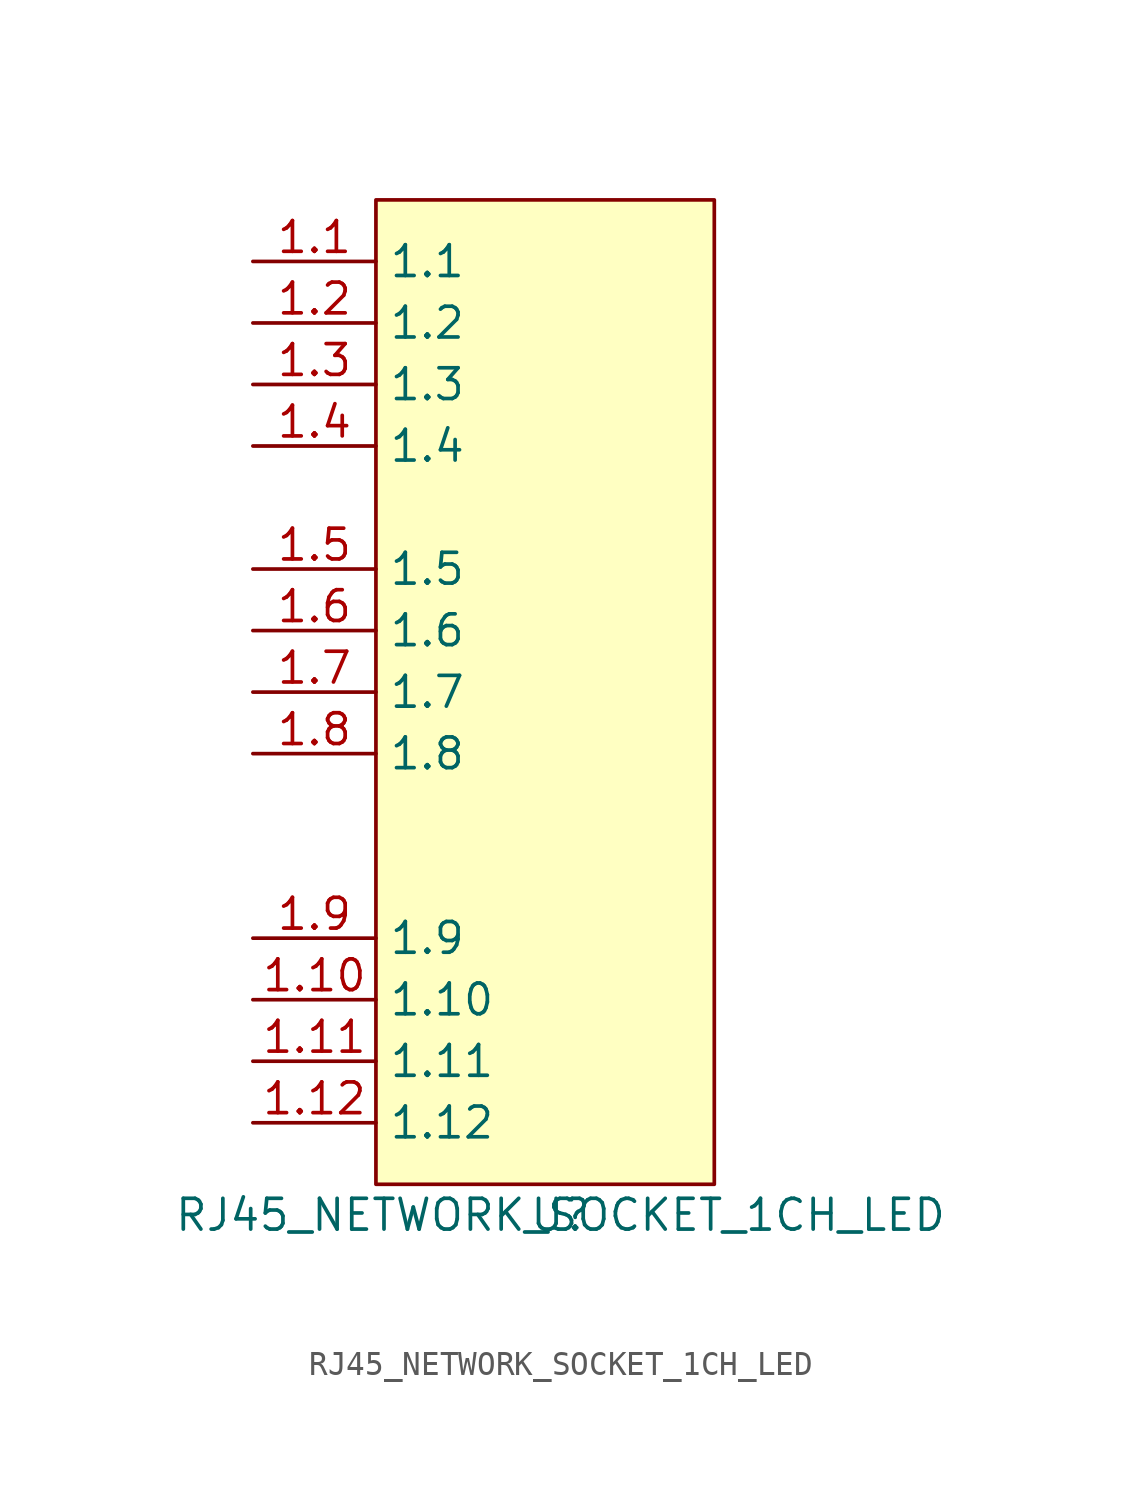
<source format=kicad_sym>
(kicad_symbol_lib
  (version 20211014)
  (generator kicad_symbol_editor)
  (symbol "RJ45_NETWORK_SOCKET_1CH_LED"
    (property "Reference" "U"
      (at 0 -22.86 0)
      (effects (font (size 1.27 1.27))))
    (property "Value" "RJ45_NETWORK_SOCKET_1CH_LED"
      (at 0 -22.86 0)
      (effects (font (size 1.27 1.27))))
    (symbol "RJ45_NETWORK_SOCKET_1CH_LED_0_1"
      (rectangle (start -7.62 19.05) (end 6.35 -21.59) (stroke (width 0) (type default) (color 0 0 0 0)) (fill (type background))))
    (symbol "RJ45_NETWORK_SOCKET_1CH_LED_1_1"
      (pin bidirectional line (at -12.7 16.51 0) (length 5.08) (name "1.1" (effects (font (size 1.27 1.27)))) (number "1.1" (effects (font (size 1.27 1.27)))))
      (pin bidirectional line (at -12.7 -13.97 0) (length 5.08) (name "1.10" (effects (font (size 1.27 1.27)))) (number "1.10" (effects (font (size 1.27 1.27)))))
      (pin bidirectional line (at -12.7 -16.51 0) (length 5.08) (name "1.11" (effects (font (size 1.27 1.27)))) (number "1.11" (effects (font (size 1.27 1.27)))))
      (pin bidirectional line (at -12.7 -19.05 0) (length 5.08) (name "1.12" (effects (font (size 1.27 1.27)))) (number "1.12" (effects (font (size 1.27 1.27)))))
      (pin bidirectional line (at -12.7 13.97 0) (length 5.08) (name "1.2" (effects (font (size 1.27 1.27)))) (number "1.2" (effects (font (size 1.27 1.27)))))
      (pin bidirectional line (at -12.7 11.43 0) (length 5.08) (name "1.3" (effects (font (size 1.27 1.27)))) (number "1.3" (effects (font (size 1.27 1.27)))))
      (pin bidirectional line (at -12.7 8.89 0) (length 5.08) (name "1.4" (effects (font (size 1.27 1.27)))) (number "1.4" (effects (font (size 1.27 1.27)))))
      (pin bidirectional line (at -12.7 3.81 0) (length 5.08) (name "1.5" (effects (font (size 1.27 1.27)))) (number "1.5" (effects (font (size 1.27 1.27)))))
      (pin bidirectional line (at -12.7 1.27 0) (length 5.08) (name "1.6" (effects (font (size 1.27 1.27)))) (number "1.6" (effects (font (size 1.27 1.27)))))
      (pin bidirectional line (at -12.7 -1.27 0) (length 5.08) (name "1.7" (effects (font (size 1.27 1.27)))) (number "1.7" (effects (font (size 1.27 1.27)))))
      (pin bidirectional line (at -12.7 -3.81 0) (length 5.08) (name "1.8" (effects (font (size 1.27 1.27)))) (number "1.8" (effects (font (size 1.27 1.27)))))
      (pin bidirectional line (at -12.7 -11.43 0) (length 5.08) (name "1.9" (effects (font (size 1.27 1.27)))) (number "1.9" (effects (font (size 1.27 1.27))))))))
</source>
